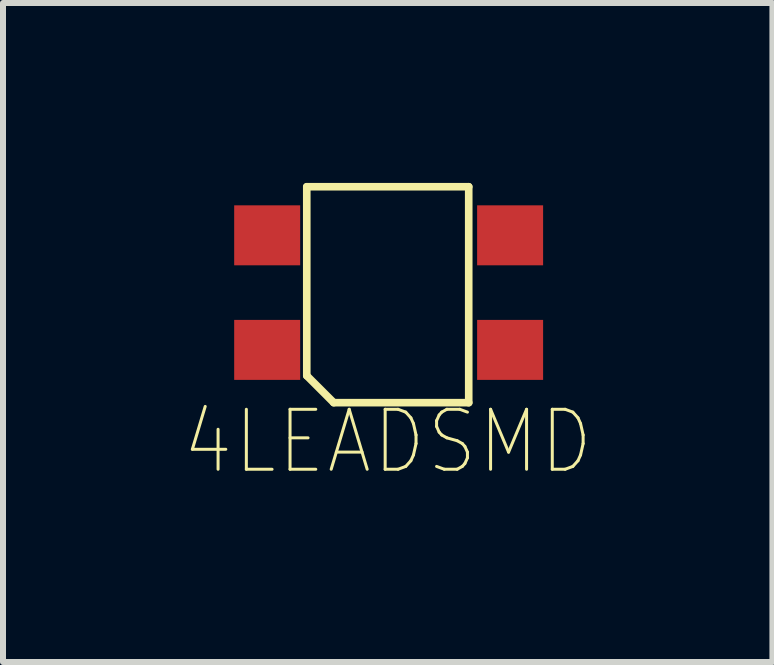
<source format=kicad_pcb>
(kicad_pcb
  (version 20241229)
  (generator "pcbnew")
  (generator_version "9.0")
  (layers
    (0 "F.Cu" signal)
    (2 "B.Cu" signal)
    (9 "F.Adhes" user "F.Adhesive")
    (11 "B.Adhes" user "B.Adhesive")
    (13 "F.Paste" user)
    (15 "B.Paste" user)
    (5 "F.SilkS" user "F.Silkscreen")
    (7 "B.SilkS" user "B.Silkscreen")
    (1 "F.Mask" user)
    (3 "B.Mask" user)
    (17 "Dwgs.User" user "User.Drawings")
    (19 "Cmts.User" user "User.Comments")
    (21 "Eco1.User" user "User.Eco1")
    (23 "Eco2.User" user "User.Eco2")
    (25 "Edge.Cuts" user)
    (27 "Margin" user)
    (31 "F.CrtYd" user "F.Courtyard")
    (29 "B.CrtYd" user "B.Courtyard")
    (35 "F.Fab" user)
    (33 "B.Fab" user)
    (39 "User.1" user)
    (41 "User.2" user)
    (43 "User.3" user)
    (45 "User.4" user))
  (footprint "4LEADSMD"
    (layer "F.Cu")
    (at 3.414 1.813)
    (property "Reference" "4LEADSMD" (at 0 2.5 0) (layer "F.SilkS") (effects (font (size 1 0.9) (thickness 0.05))))
    (attr smd)
    (fp_line (start -1.35 -1.75) (end -1.35 1.4) (stroke (width 0.127) (type solid)) (layer "F.SilkS"))
    (fp_line (start -1.35 -1.75) (end 1.35 -1.75) (stroke (width 0.127) (type solid)) (layer "F.SilkS"))
    (fp_line (start -0.9 1.85) (end -1.35 1.4) (stroke (width 0.127) (type solid)) (layer "F.SilkS"))
    (fp_line (start -0.9 1.85) (end 1.35 1.85) (stroke (width 0.127) (type solid)) (layer "F.SilkS"))
    (fp_line (start 1.35 -1.75) (end 1.35 1.85) (stroke (width 0.127) (type solid)) (layer "F.SilkS"))
    (fp_poly (pts (xy -2.6 -1.5) (xy -1.4 -1.5) (xy -1.4 -0.4) (xy -2.6 -0.4)) (stroke (width 0.381) (type solid)) (fill yes) (layer "F.Paste"))
    (fp_poly (pts (xy -2.6 0.4) (xy -1.4 0.4) (xy -1.4 1.5) (xy -2.6 1.5)) (stroke (width 0.381) (type solid)) (fill yes) (layer "F.Paste"))
    (fp_poly (pts (xy 1.4 -1.5) (xy 2.65 -1.5) (xy 2.65 -0.4) (xy 1.4 -0.4)) (stroke (width 0.381) (type solid)) (fill yes) (layer "F.Paste"))
    (fp_poly (pts (xy 1.45 0.4) (xy 2.65 0.4) (xy 2.65 1.5) (xy 1.45 1.5)) (stroke (width 0.381) (type solid)) (fill yes) (layer "F.Paste"))
    (pad "1" smd rect (at -2.01 0.97 270) (size 1 1.1) (layers "F.Cu" "F.Mask" "F.Paste"))
    (pad "2" smd rect (at 2.04 0.97 270) (size 1 1.1) (layers "F.Cu" "F.Mask" "F.Paste"))
    (pad "3" smd rect (at 2.04 -0.94 270) (size 1 1.1) (layers "F.Cu" "F.Mask" "F.Paste"))
    (pad "4" smd rect (at -2.01 -0.94 270) (size 1 1.1) (layers "F.Cu" "F.Mask" "F.Paste")))
  (gr_rect
    (start -3 -3)
    (end 9.827 7.986)
    (stroke (width 0.1) (type default))
    (fill no)
    (layer "Edge.Cuts")))
</source>
